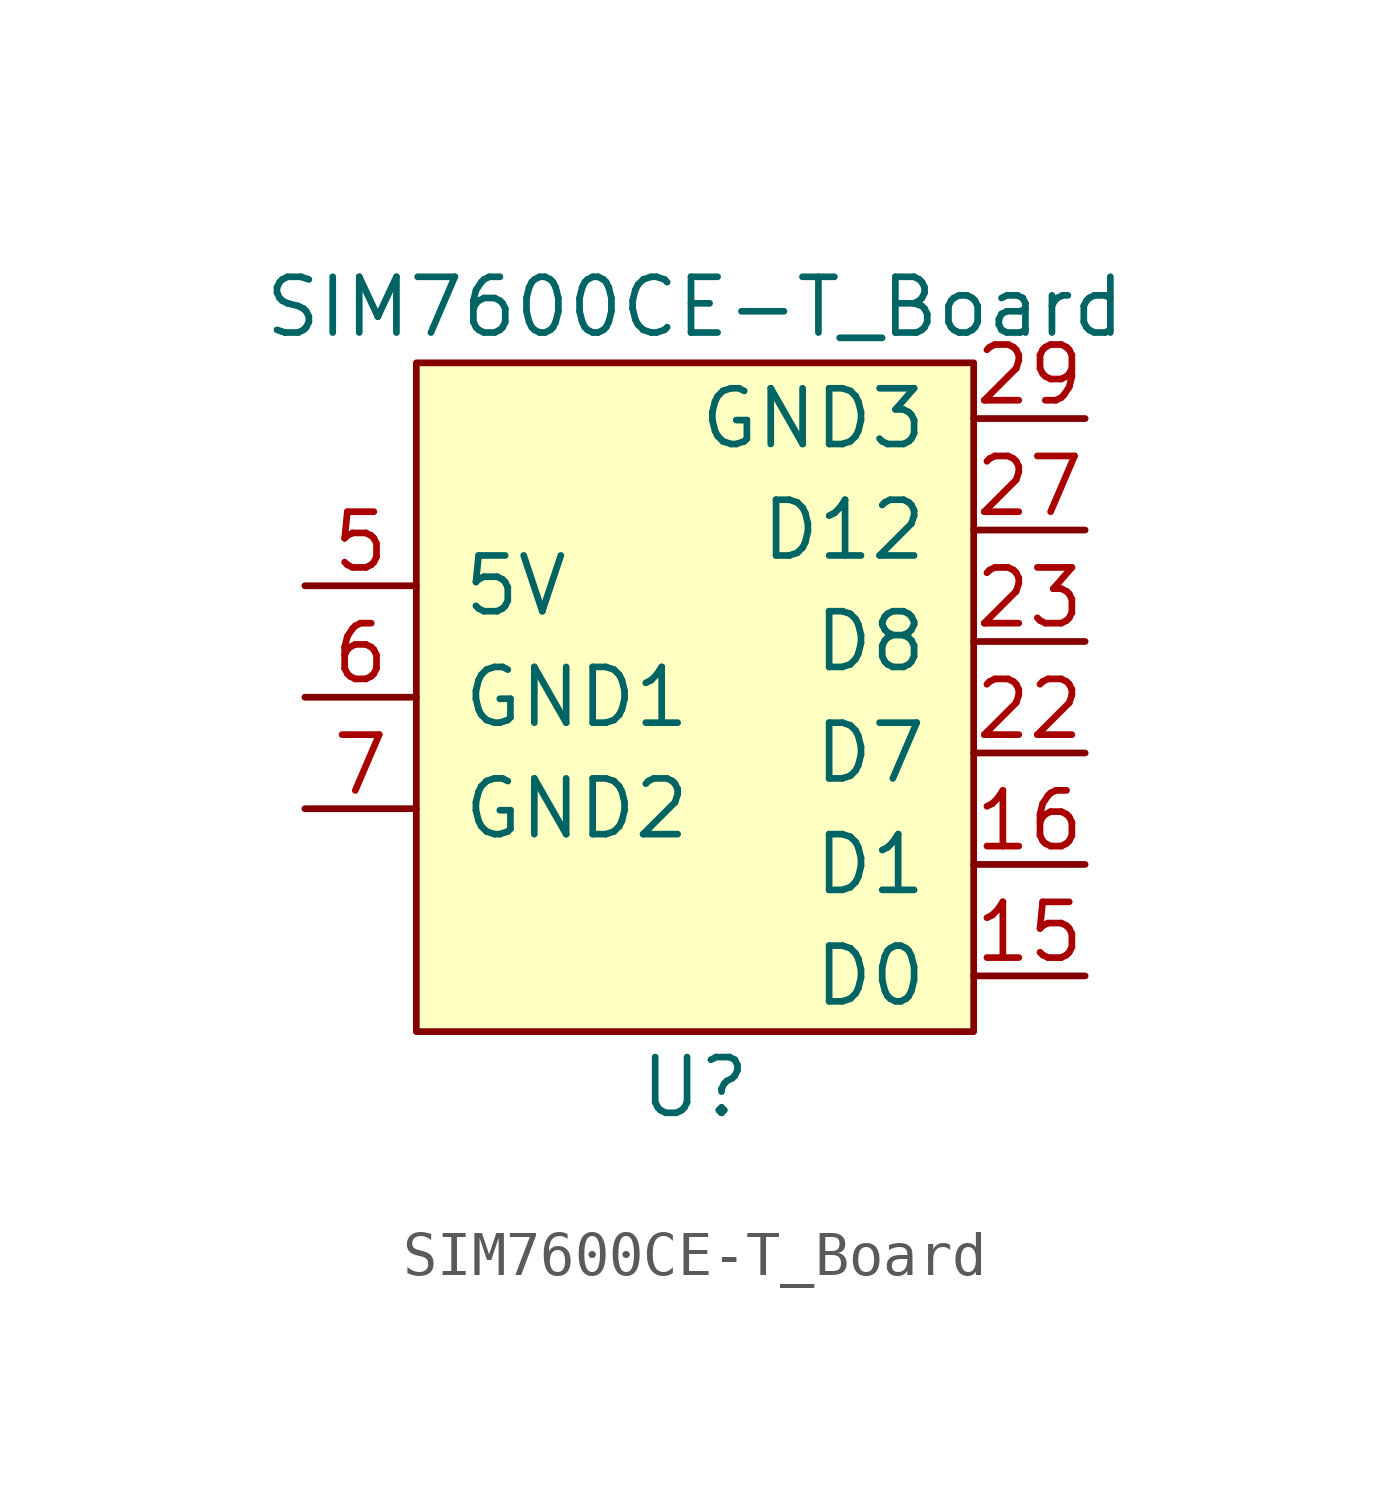
<source format=kicad_sym>
(kicad_symbol_lib
  (version 20211014)
  (generator kicad_symbol_editor)
  (symbol "SIM7600CE-T_Board"
    (pin_names
      (offset 1.016))
    (property "Reference" "U"
      (at 0 -8.89 0)
      (effects (font (size 1.27 1.27))))
    (property "Value" "SIM7600CE-T_Board"
      (at 0 8.89 0)
      (effects (font (size 1.27 1.27))))
    (symbol "SIM7600CE-T_Board_0_1"
      (rectangle (start -6.35 7.62) (end 6.35 -7.62) (stroke (width 0) (type default) (color 0 0 0 0)) (fill (type background))))
    (symbol "SIM7600CE-T_Board_1_1"
      (pin bidirectional line (at 8.89 -6.35 180) (length 2.54) (name "D0" (effects (font (size 1.27 1.27)))) (number "15" (effects (font (size 1.27 1.27)))))
      (pin bidirectional line (at 8.89 -3.81 180) (length 2.54) (name "D1" (effects (font (size 1.27 1.27)))) (number "16" (effects (font (size 1.27 1.27)))))
      (pin bidirectional line (at 8.89 -1.27 180) (length 2.54) (name "D7" (effects (font (size 1.27 1.27)))) (number "22" (effects (font (size 1.27 1.27)))))
      (pin bidirectional line (at 8.89 1.27 180) (length 2.54) (name "D8" (effects (font (size 1.27 1.27)))) (number "23" (effects (font (size 1.27 1.27)))))
      (pin input line (at 8.89 3.81 180) (length 2.54) (name "D12" (effects (font (size 1.27 1.27)))) (number "27" (effects (font (size 1.27 1.27)))))
      (pin output line (at 8.89 6.35 180) (length 2.54) (name "GND3" (effects (font (size 1.27 1.27)))) (number "29" (effects (font (size 1.27 1.27)))))
      (pin input line (at -8.89 2.54 0) (length 2.54) (name "5V" (effects (font (size 1.27 1.27)))) (number "5" (effects (font (size 1.27 1.27)))))
      (pin output line (at -8.89 0 0) (length 2.54) (name "GND1" (effects (font (size 1.27 1.27)))) (number "6" (effects (font (size 1.27 1.27)))))
      (pin output line (at -8.89 -2.54 0) (length 2.54) (name "GND2" (effects (font (size 1.27 1.27)))) (number "7" (effects (font (size 1.27 1.27))))))))
</source>
